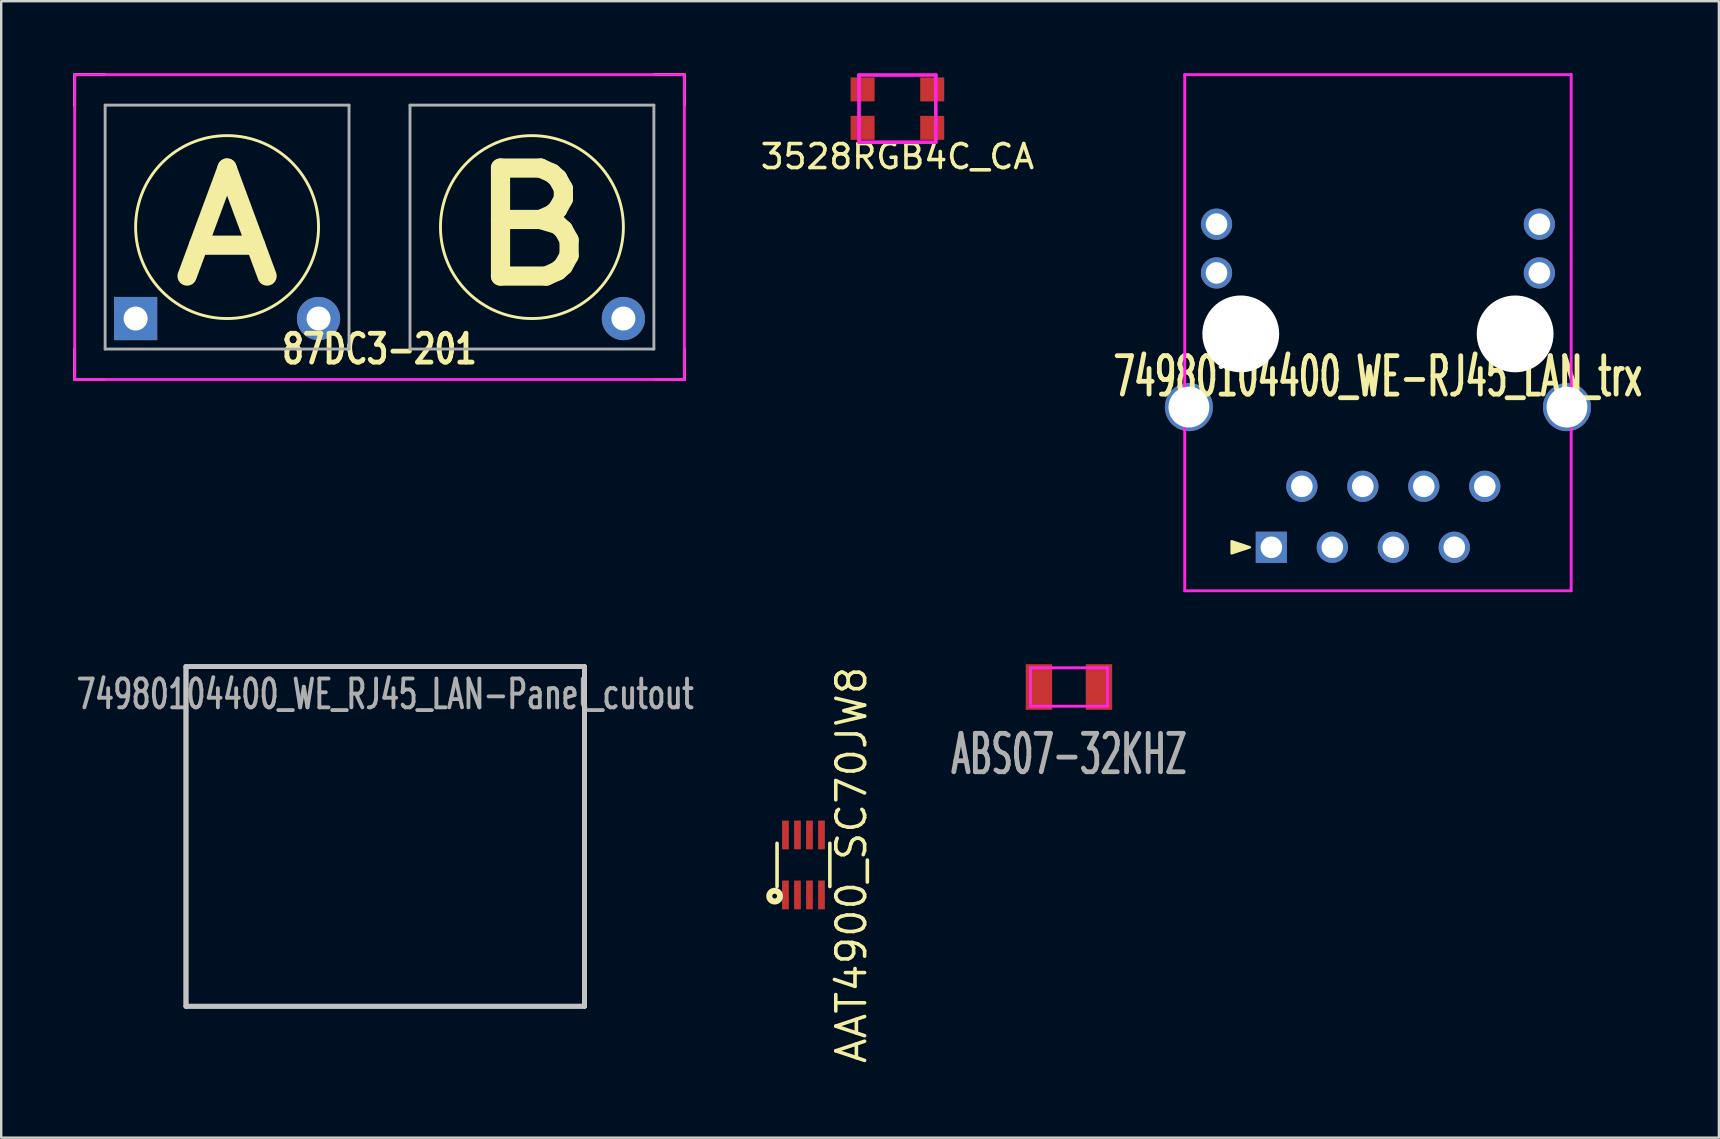
<source format=kicad_pcb>
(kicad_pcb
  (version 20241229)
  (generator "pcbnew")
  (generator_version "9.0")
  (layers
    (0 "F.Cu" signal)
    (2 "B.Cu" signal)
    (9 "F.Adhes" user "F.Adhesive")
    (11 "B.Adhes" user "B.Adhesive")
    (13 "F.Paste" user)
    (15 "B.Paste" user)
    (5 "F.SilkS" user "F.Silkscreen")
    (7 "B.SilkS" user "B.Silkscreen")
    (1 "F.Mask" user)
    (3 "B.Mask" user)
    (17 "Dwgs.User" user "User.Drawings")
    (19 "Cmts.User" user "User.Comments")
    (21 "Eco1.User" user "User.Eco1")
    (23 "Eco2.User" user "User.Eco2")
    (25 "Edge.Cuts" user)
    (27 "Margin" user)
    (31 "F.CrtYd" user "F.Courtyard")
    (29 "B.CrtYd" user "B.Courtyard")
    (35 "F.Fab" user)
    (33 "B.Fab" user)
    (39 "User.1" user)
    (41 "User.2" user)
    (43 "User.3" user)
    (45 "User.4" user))
  (footprint "87DC3-201"
    (layer "F.Cu")
    (at 12.76 6.41)
    (property "Reference" "87DC3-201" (at 0 5.08 0) (layer "F.SilkS") (effects (font (size 1.2 0.9) (thickness 0.2))))
    (attr through_hole)
    (fp_line (start -12.7 -6.35) (end -11.43 -6.35) (stroke (width 0.12) (type solid)) (layer "F.SilkS"))
    (fp_line (start -12.7 -5.08) (end -12.7 -6.35) (stroke (width 0.12) (type solid)) (layer "F.SilkS"))
    (fp_line (start -12.7 5.08) (end -12.7 6.35) (stroke (width 0.12) (type solid)) (layer "F.SilkS"))
    (fp_line (start -12.7 6.35) (end -11.43 6.35) (stroke (width 0.12) (type solid)) (layer "F.SilkS"))
    (fp_line (start 11.43 -6.35) (end 12.7 -6.35) (stroke (width 0.12) (type solid)) (layer "F.SilkS"))
    (fp_line (start 12.7 -6.35) (end 12.7 -5.08) (stroke (width 0.12) (type solid)) (layer "F.SilkS"))
    (fp_line (start 12.7 5.08) (end 12.7 6.35) (stroke (width 0.12) (type solid)) (layer "F.SilkS"))
    (fp_line (start 12.7 6.35) (end 11.43 6.35) (stroke (width 0.12) (type solid)) (layer "F.SilkS"))
    (fp_circle (center -6.35 0) (end -2.54 0) (stroke (width 0.12) (type solid)) (fill no) (layer "F.SilkS"))
    (fp_circle (center 6.35 0) (end 10.16 0) (stroke (width 0.12) (type solid)) (fill no) (layer "F.SilkS"))
    (fp_line (start -12.7 -6.35) (end 12.7 -6.35) (stroke (width 0.12) (type solid)) (layer "F.CrtYd"))
    (fp_line (start -12.7 6.35) (end -12.7 -6.35) (stroke (width 0.12) (type solid)) (layer "F.CrtYd"))
    (fp_line (start 12.7 -6.35) (end 12.7 6.35) (stroke (width 0.12) (type solid)) (layer "F.CrtYd"))
    (fp_line (start 12.7 6.35) (end -12.7 6.35) (stroke (width 0.12) (type solid)) (layer "F.CrtYd"))
    (fp_line (start -11.43 -5.08) (end -1.27 -5.08) (stroke (width 0.12) (type solid)) (layer "F.Fab"))
    (fp_line (start -11.43 5.08) (end -11.43 -5.08) (stroke (width 0.12) (type solid)) (layer "F.Fab"))
    (fp_line (start -1.27 -5.08) (end -1.27 5.08) (stroke (width 0.12) (type solid)) (layer "F.Fab"))
    (fp_line (start -1.27 5.08) (end -11.43 5.08) (stroke (width 0.12) (type solid)) (layer "F.Fab"))
    (fp_line (start 1.27 -5.08) (end 1.27 5.08) (stroke (width 0.12) (type solid)) (layer "F.Fab"))
    (fp_line (start 1.27 5.08) (end 11.43 5.08) (stroke (width 0.12) (type solid)) (layer "F.Fab"))
    (fp_line (start 11.43 -5.08) (end 1.27 -5.08) (stroke (width 0.12) (type solid)) (layer "F.Fab"))
    (fp_line (start 11.43 5.08) (end 11.43 -5.08) (stroke (width 0.12) (type solid)) (layer "F.Fab"))
    (fp_text user "B" (at 6.35 0 0) (layer "F.SilkS") (effects (font (size 4.5 5) (thickness 0.8))))
    (fp_text user "A" (at -6.35 0 0) (layer "F.SilkS") (effects (font (size 4.5 5) (thickness 0.8))))
    (pad "1" thru_hole rect (at -10.16 3.81) (size 1.8 1.8) (drill 1) (layers "*.Cu" "*.Mask"))
    (pad "2" thru_hole circle (at -2.54 3.81) (size 1.8 1.8) (drill 1) (layers "*.Cu" "*.Mask"))
    (pad "3" thru_hole circle (at 10.16 3.81) (size 1.8 1.8) (drill 1) (layers "*.Cu" "*.Mask")))
  (footprint "ABS07-32KHZ"
    (layer "F.Cu")
    (at 41.482 25.57)
    (property "Reference" "ABS07-32KHZ" (at 0 2.8 0) (layer "F.Fab") (effects (font (size 1.6 0.9) (thickness 0.2))))
    (attr through_hole)
    (fp_line (start -1.6 -0.8) (end 1.6 -0.8) (stroke (width 0.12) (type solid)) (layer "F.CrtYd"))
    (fp_line (start -1.6 0.8) (end -1.6 -0.8) (stroke (width 0.12) (type solid)) (layer "F.CrtYd"))
    (fp_line (start 1.6 -0.8) (end 1.6 0.8) (stroke (width 0.12) (type solid)) (layer "F.CrtYd"))
    (fp_line (start 1.6 0.8) (end -1.6 0.8) (stroke (width 0.12) (type solid)) (layer "F.CrtYd"))
    (pad "1" smd rect (at -1.25 0) (size 1.1 1.9) (layers "F.Cu" "F.Mask" "F.Paste"))
    (pad "2" smd rect (at 1.25 0) (size 1.1 1.9) (layers "F.Cu" "F.Mask" "F.Paste")))
  (footprint "AAT4900_SC70JW8"
    (layer "F.Cu")
    (at 30.421 32.982)
    (property "Reference" "AAT4900_SC70JW8" (at 2 0 90) (layer "F.SilkS") (effects (font (size 1.2 1.2) (thickness 0.15))))
    (attr through_hole)
    (fp_line (start -1.1 -0.9) (end -1.1 0.9) (stroke (width 0.15) (type solid)) (layer "F.SilkS"))
    (fp_line (start 1.1 0.9) (end 1.1 -0.9) (stroke (width 0.15) (type solid)) (layer "F.SilkS"))
    (fp_circle (center -1.2 1.3) (end -1.1 1.3) (stroke (width 0.25) (type solid)) (fill no) (layer "F.SilkS"))
    (pad "1" smd rect (at -0.75 1.25) (size 0.28 1.2) (layers "F.Cu" "F.Mask" "F.Paste"))
    (pad "2" smd rect (at -0.25 1.25) (size 0.28 1.2) (layers "F.Cu" "F.Mask" "F.Paste"))
    (pad "3" smd rect (at 0.25 1.25) (size 0.28 1.2) (layers "F.Cu" "F.Mask" "F.Paste"))
    (pad "4" smd rect (at 0.75 1.25) (size 0.28 1.2) (layers "F.Cu" "F.Mask" "F.Paste"))
    (pad "5" smd rect (at 0.75 -1.25) (size 0.28 1.2) (layers "F.Cu" "F.Mask" "F.Paste"))
    (pad "6" smd rect (at 0.25 -1.25) (size 0.28 1.2) (layers "F.Cu" "F.Mask" "F.Paste"))
    (pad "7" smd rect (at -0.25 -1.25) (size 0.28 1.2) (layers "F.Cu" "F.Mask" "F.Paste"))
    (pad "8" smd rect (at -0.75 -1.25) (size 0.28 1.2) (layers "F.Cu" "F.Mask" "F.Paste")))
  (footprint "74980104400_WE-RJ45_LAN_trx"
    (layer "F.Cu")
    (at 54.354 10.86)
    (property "Reference" "74980104400_WE-RJ45_LAN_trx" (at 0 1.778 0) (layer "F.SilkS") (effects (font (size 1.6 0.9) (thickness 0.2))))
    (attr through_hole)
    (fp_poly (pts (xy -5.334 8.89) (xy -6.096 9.144) (xy -6.096 8.636)) (stroke (width 0.1) (type solid)) (fill yes) (layer "F.SilkS"))
    (fp_line (start -8.05 -10.8) (end -8.05 10.7) (stroke (width 0.12) (type solid)) (layer "F.CrtYd"))
    (fp_line (start -8.05 10.7) (end 8.05 10.7) (stroke (width 0.12) (type solid)) (layer "F.CrtYd"))
    (fp_line (start 8.05 -10.8) (end -8.05 -10.8) (stroke (width 0.12) (type solid)) (layer "F.CrtYd"))
    (fp_line (start 8.05 10.7) (end 8.05 -10.8) (stroke (width 0.12) (type solid)) (layer "F.CrtYd"))
    (pad "" np_thru_hole circle (at -5.715 0) (size 3.2 3.2) (drill 3.2) (layers "*.Cu" "*.Mask"))
    (pad "" np_thru_hole circle (at 5.715 0) (size 3.2 3.2) (drill 3.2) (layers "*.Cu" "*.Mask"))
    (pad "1" thru_hole rect (at -4.44 8.89) (size 1.3 1.3) (drill 0.9) (layers "*.Cu" "*.Mask"))
    (pad "2" thru_hole circle (at -3.17 6.35) (size 1.3 1.3) (drill 0.9) (layers "*.Cu" "*.Mask"))
    (pad "3" thru_hole circle (at -1.9 8.89) (size 1.3 1.3) (drill 0.9) (layers "*.Cu" "*.Mask"))
    (pad "4" thru_hole circle (at -0.63 6.35) (size 1.3 1.3) (drill 0.9) (layers "*.Cu" "*.Mask"))
    (pad "5" thru_hole circle (at 0.64 8.89) (size 1.3 1.3) (drill 0.9) (layers "*.Cu" "*.Mask"))
    (pad "6" thru_hole circle (at 1.91 6.35) (size 1.3 1.3) (drill 0.9) (layers "*.Cu" "*.Mask"))
    (pad "7" thru_hole circle (at 3.18 8.89) (size 1.3 1.3) (drill 0.9) (layers "*.Cu" "*.Mask"))
    (pad "8" thru_hole circle (at 4.45 6.35) (size 1.3 1.3) (drill 0.9) (layers "*.Cu" "*.Mask"))
    (pad "9" thru_hole circle (at -6.725 -2.54) (size 1.3 1.3) (drill 0.9) (layers "*.Cu" "*.Mask"))
    (pad "10" thru_hole circle (at -6.725 -4.57) (size 1.3 1.3) (drill 0.9) (layers "*.Cu" "*.Mask"))
    (pad "11" thru_hole circle (at 6.725 -2.54) (size 1.3 1.3) (drill 0.9) (layers "*.Cu" "*.Mask"))
    (pad "12" thru_hole circle (at 6.725 -4.57) (size 1.3 1.3) (drill 0.9) (layers "*.Cu" "*.Mask"))
    (pad "13" thru_hole circle (at -7.875 3.05) (size 2 2) (drill 1.7) (layers "*.Cu" "*.Mask"))
    (pad "14" thru_hole circle (at 7.875 3.05) (size 2 2) (drill 1.7) (layers "*.Cu" "*.Mask")))
  (footprint "74980104400_WE_RJ45_LAN-Panel_cutout"
    (layer "F.Cu")
    (at 12.998 38.87)
    (property "Reference" "74980104400_WE_RJ45_LAN-Panel_cutout" (at 0 -13 0) (layer "F.Fab") (effects (font (size 1.2 0.8) (thickness 0.16))))
    (attr exclude_from_pos_files exclude_from_bom)
    (fp_line (start -8.3 -14.15) (end -8.3 0) (stroke (width 0.2) (type solid)) (layer "Dwgs.User"))
    (fp_line (start -8.3 0) (end 8.3 0) (stroke (width 0.2) (type solid)) (layer "Dwgs.User"))
    (fp_line (start 8.3 -14.15) (end -8.3 -14.15) (stroke (width 0.2) (type solid)) (layer "Dwgs.User"))
    (fp_line (start 8.3 0) (end 8.3 -14.15) (stroke (width 0.2) (type solid)) (layer "Dwgs.User"))
    (fp_line (start -8.3 -14.15) (end -8.3 0) (stroke (width 0.2) (type solid)) (layer "Edge.Cuts"))
    (fp_line (start -8.3 0) (end 8.3 0) (stroke (width 0.2) (type solid)) (layer "Edge.Cuts"))
    (fp_line (start 8.3 -14.15) (end -8.3 -14.15) (stroke (width 0.2) (type solid)) (layer "Edge.Cuts"))
    (fp_line (start 8.3 0) (end 8.3 -14.15) (stroke (width 0.2) (type solid)) (layer "Edge.Cuts")))
  (footprint "3528RGB4C_CA"
    (layer "F.Cu")
    (at 34.335 1.475)
    (property "Reference" "3528RGB4C_CA" (at 0 2 0) (layer "F.SilkS") (effects (font (size 1 1) (thickness 0.15))))
    (attr through_hole)
    (fp_line (start -1.6 -1.4) (end 1.6 -1.4) (stroke (width 0.15) (type solid)) (layer "F.CrtYd"))
    (fp_line (start -1.6 1.4) (end -1.6 -1.4) (stroke (width 0.15) (type solid)) (layer "F.CrtYd"))
    (fp_line (start 1.6 -1.4) (end 1.6 1.4) (stroke (width 0.15) (type solid)) (layer "F.CrtYd"))
    (fp_line (start 1.6 1.4) (end -1.6 1.4) (stroke (width 0.15) (type solid)) (layer "F.CrtYd"))
    (pad "1" smd rect (at 1.45 0.8) (size 1 1) (layers "F.Cu" "F.Mask"))
    (pad "2" smd rect (at -1.45 0.8) (size 1 1) (layers "F.Cu" "F.Mask"))
    (pad "3" smd rect (at -1.45 -0.8) (size 1 1) (layers "F.Cu" "F.Mask"))
    (pad "4" smd rect (at 1.45 -0.8) (size 1 1) (layers "F.Cu" "F.Mask")))
  (gr_rect
    (start -3 -3)
    (end 68.557 44.344)
    (stroke (width 0.1) (type default))
    (fill no)
    (layer "Edge.Cuts")))
</source>
